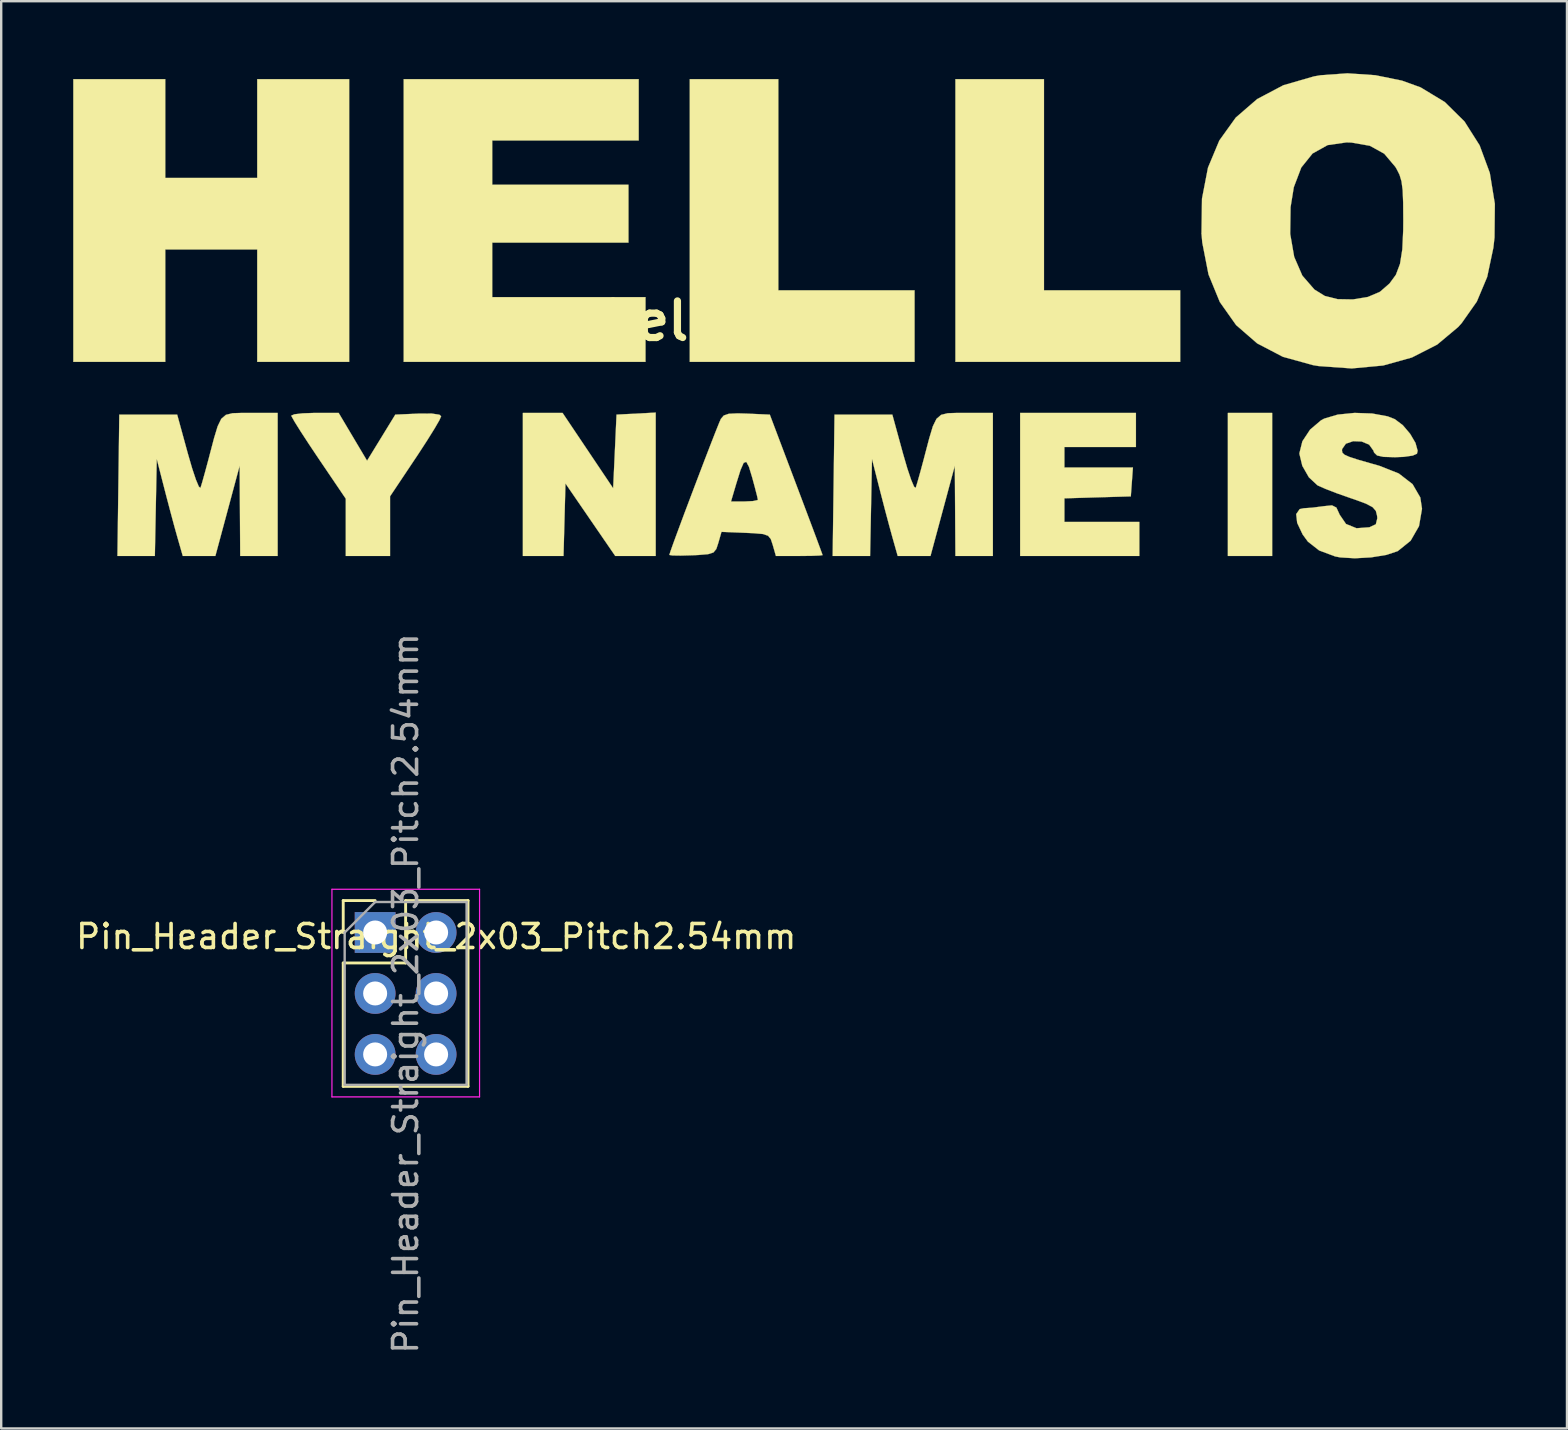
<source format=kicad_pcb>
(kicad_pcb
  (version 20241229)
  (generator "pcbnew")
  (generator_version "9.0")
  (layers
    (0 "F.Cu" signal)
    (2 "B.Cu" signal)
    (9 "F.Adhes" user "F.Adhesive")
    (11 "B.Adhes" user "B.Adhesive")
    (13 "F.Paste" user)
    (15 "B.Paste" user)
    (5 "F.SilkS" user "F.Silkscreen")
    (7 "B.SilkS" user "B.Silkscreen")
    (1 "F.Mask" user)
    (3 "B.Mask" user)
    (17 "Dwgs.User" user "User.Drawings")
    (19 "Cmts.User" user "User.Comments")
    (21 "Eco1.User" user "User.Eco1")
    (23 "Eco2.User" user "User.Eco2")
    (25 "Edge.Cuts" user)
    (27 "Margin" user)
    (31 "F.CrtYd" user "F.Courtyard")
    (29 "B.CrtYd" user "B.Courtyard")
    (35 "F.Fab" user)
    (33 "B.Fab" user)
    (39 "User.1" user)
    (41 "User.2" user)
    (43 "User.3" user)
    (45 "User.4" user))
  (footprint "hello-inv"
    (layer "F.Cu")
    (at 27.533 10.323)
    (property "Reference" "hello-inv" (at 0 0 0) (layer "F.SilkS") (effects (font (size 1.524 1.524) (thickness 0.3))))
    (attr through_hole)
    (fp_poly (pts (xy 22.42 9.791) (xy 20.575 9.791) (xy 20.575 3.831) (xy 22.42 3.831) (xy 22.42 9.791)) (stroke (width 0.01) (type solid)) (fill yes) (layer "F.SilkS"))
    (fp_poly (pts (xy 1.845 -1.277) (xy 7.521 -1.277) (xy 7.521 1.703) (xy -1.845 1.703) (xy -1.845 -10.075) (xy 1.845 -10.075) (xy 1.845 -1.277)) (stroke (width 0.01) (type solid)) (fill yes) (layer "F.SilkS"))
    (fp_poly (pts (xy 12.913 -1.277) (xy 18.589 -1.277) (xy 18.589 1.703) (xy 9.223 1.703) (xy 9.223 -10.075) (xy 12.913 -10.075) (xy 12.913 -1.277)) (stroke (width 0.01) (type solid)) (fill yes) (layer "F.SilkS"))
    (fp_poly (pts (xy -23.697 -5.96) (xy -19.866 -5.96) (xy -19.866 -10.075) (xy -16.035 -10.075) (xy -16.035 1.703) (xy -19.866 1.703) (xy -19.866 -2.98) (xy -23.697 -2.98) (xy -23.697 1.703) (xy -27.528 1.703) (xy -27.528 -10.075) (xy -23.697 -10.075) (xy -23.697 -5.96)) (stroke (width 0.01) (type solid)) (fill yes) (layer "F.SilkS"))
    (fp_poly (pts (xy -3.973 -7.521) (xy -10.075 -7.521) (xy -10.075 -5.676) (xy -4.399 -5.676) (xy -4.399 -3.264) (xy -10.075 -3.264) (xy -10.075 -0.993) (xy -3.689 -0.993) (xy -3.689 1.703) (xy -13.764 1.703) (xy -13.764 -10.075) (xy -3.973 -10.075) (xy -3.973 -7.521)) (stroke (width 0.01) (type solid)) (fill yes) (layer "F.SilkS"))
    (fp_poly (pts (xy -3.264 9.791) (xy -4.95 9.791) (xy -5.987 8.28) (xy -7.024 6.77) (xy -7.064 8.28) (xy -7.105 9.791) (xy -8.798 9.791) (xy -8.798 3.831) (xy -7.144 3.831) (xy -5.037 6.97) (xy -4.966 5.436) (xy -4.896 3.902) (xy -3.264 3.817) (xy -3.264 9.791)) (stroke (width 0.01) (type solid)) (fill yes) (layer "F.SilkS"))
    (fp_poly (pts (xy 16.744 5.25) (xy 13.764 5.25) (xy 13.764 6.102) (xy 16.619 6.102) (xy 16.531 7.308) (xy 15.148 7.348) (xy 13.764 7.389) (xy 13.764 8.372) (xy 16.886 8.372) (xy 16.886 9.791) (xy 11.92 9.791) (xy 11.92 3.831) (xy 16.744 3.831) (xy 16.744 5.25)) (stroke (width 0.01) (type solid)) (fill yes) (layer "F.SilkS"))
    (fp_poly (pts (xy -15.29 5.822) (xy -14.113 3.902) (xy -13.158 3.86) (xy -12.599 3.857) (xy -12.276 3.905) (xy -12.203 3.969) (xy -12.278 4.137) (xy -12.484 4.492) (xy -12.791 4.984) (xy -13.17 5.567) (xy -13.268 5.713) (xy -14.332 7.306) (xy -14.332 9.791) (xy -16.177 9.791) (xy -16.177 7.405) (xy -17.312 5.729) (xy -17.718 5.122) (xy -18.06 4.597) (xy -18.309 4.199) (xy -18.436 3.973) (xy -18.447 3.943) (xy -18.317 3.888) (xy -17.976 3.848) (xy -17.494 3.831) (xy -17.46 3.831) (xy -16.473 3.831) (xy -15.29 5.822)) (stroke (width 0.01) (type solid)) (fill yes) (layer "F.SilkS"))
    (fp_poly (pts (xy -20.153 3.831) (xy -19.015 3.831) (xy -19.015 9.791) (xy -20.575 9.791) (xy -20.587 7.911) (xy -20.598 6.031) (xy -21.104 7.911) (xy -21.61 9.791) (xy -22.968 9.791) (xy -23.182 9.046) (xy -23.319 8.556) (xy -23.493 7.908) (xy -23.673 7.222) (xy -23.724 7.024) (xy -24.052 5.747) (xy -24.131 9.791) (xy -25.69 9.791) (xy -25.651 6.847) (xy -25.613 3.902) (xy -23.201 3.902) (xy -22.754 5.534) (xy -22.577 6.143) (xy -22.42 6.612) (xy -22.299 6.899) (xy -22.232 6.958) (xy -22.23 6.953) (xy -22.159 6.722) (xy -22.04 6.297) (xy -21.895 5.759) (xy -21.855 5.605) (xy -21.665 4.882) (xy -21.515 4.387) (xy -21.365 4.078) (xy -21.171 3.911) (xy -20.894 3.843) (xy -20.49 3.83) (xy -20.153 3.831)) (stroke (width 0.01) (type solid)) (fill yes) (layer "F.SilkS"))
    (fp_poly (pts (xy 9.646 3.831) (xy 10.784 3.831) (xy 10.784 9.791) (xy 9.223 9.791) (xy 9.211 7.911) (xy 9.198 6.031) (xy 8.692 7.911) (xy 8.185 9.791) (xy 6.819 9.791) (xy 6.608 9.046) (xy 6.473 8.556) (xy 6.3 7.908) (xy 6.122 7.221) (xy 6.071 7.024) (xy 5.747 5.747) (xy 5.708 7.769) (xy 5.668 9.791) (xy 4.109 9.791) (xy 4.148 6.847) (xy 4.186 3.902) (xy 6.595 3.902) (xy 7.042 5.534) (xy 7.219 6.143) (xy 7.377 6.612) (xy 7.498 6.899) (xy 7.566 6.958) (xy 7.568 6.953) (xy 7.639 6.722) (xy 7.759 6.297) (xy 7.904 5.759) (xy 7.944 5.605) (xy 8.134 4.882) (xy 8.283 4.387) (xy 8.434 4.078) (xy 8.628 3.911) (xy 8.905 3.843) (xy 9.309 3.83) (xy 9.646 3.831)) (stroke (width 0.01) (type solid)) (fill yes) (layer "F.SilkS"))
    (fp_poly (pts (xy 0.54 3.86) (xy 1.49 3.902) (xy 2.589 6.811) (xy 2.909 7.66) (xy 3.193 8.415) (xy 3.426 9.037) (xy 3.592 9.487) (xy 3.68 9.727) (xy 3.689 9.756) (xy 3.559 9.773) (xy 3.219 9.786) (xy 2.739 9.791) (xy 2.717 9.791) (xy 1.744 9.791) (xy 1.612 9.33) (xy 1.532 9.089) (xy 1.419 8.949) (xy 1.201 8.876) (xy 0.81 8.842) (xy 0.479 8.827) (xy -0.523 8.786) (xy -0.657 9.253) (xy -0.739 9.501) (xy -0.858 9.645) (xy -1.083 9.716) (xy -1.488 9.75) (xy -1.743 9.762) (xy -2.221 9.775) (xy -2.563 9.77) (xy -2.696 9.748) (xy -2.696 9.748) (xy -2.648 9.594) (xy -2.516 9.223) (xy -2.317 8.684) (xy -2.072 8.024) (xy -1.882 7.521) (xy -0.127 7.521) (xy 0.433 7.521) (xy 0.786 7.504) (xy 0.98 7.463) (xy 0.993 7.448) (xy 0.958 7.283) (xy 0.866 6.926) (xy 0.755 6.517) (xy 0.62 6.074) (xy 0.509 5.869) (xy 0.4 5.912) (xy 0.269 6.212) (xy 0.093 6.776) (xy -0.127 7.521) (xy -1.882 7.521) (xy -1.796 7.292) (xy -1.509 6.536) (xy -1.23 5.803) (xy -0.975 5.142) (xy -0.764 4.602) (xy -0.614 4.229) (xy -0.549 4.08) (xy -0.429 3.939) (xy -0.217 3.866) (xy 0.159 3.849) (xy 0.54 3.86)) (stroke (width 0.01) (type solid)) (fill yes) (layer "F.SilkS"))
    (fp_poly (pts (xy 26.721 -10.239) (xy 27.827 -10.014) (xy 28.604 -9.733) (xy 29.611 -9.123) (xy 30.434 -8.311) (xy 31.063 -7.319) (xy 31.488 -6.168) (xy 31.698 -4.882) (xy 31.684 -3.481) (xy 31.636 -3.051) (xy 31.379 -1.836) (xy 30.947 -0.808) (xy 30.315 0.09) (xy 30.167 0.254) (xy 29.295 0.984) (xy 28.242 1.521) (xy 27.044 1.855) (xy 25.736 1.977) (xy 24.354 1.878) (xy 24.123 1.84) (xy 22.865 1.492) (xy 21.794 0.933) (xy 20.917 0.17) (xy 20.239 -0.79) (xy 19.768 -1.938) (xy 19.508 -3.269) (xy 19.477 -3.63) (xy 23.171 -3.63) (xy 23.338 -2.671) (xy 23.677 -1.89) (xy 24.18 -1.311) (xy 24.613 -1.043) (xy 25.145 -0.909) (xy 25.784 -0.898) (xy 26.408 -1.001) (xy 26.896 -1.208) (xy 26.931 -1.233) (xy 27.309 -1.561) (xy 27.575 -1.924) (xy 27.747 -2.38) (xy 27.843 -2.984) (xy 27.88 -3.791) (xy 27.883 -4.186) (xy 27.878 -4.927) (xy 27.857 -5.45) (xy 27.809 -5.817) (xy 27.726 -6.094) (xy 27.598 -6.346) (xy 27.55 -6.424) (xy 27.088 -6.97) (xy 26.492 -7.299) (xy 25.721 -7.434) (xy 25.514 -7.44) (xy 24.729 -7.327) (xy 24.103 -6.978) (xy 23.634 -6.394) (xy 23.322 -5.574) (xy 23.187 -4.742) (xy 23.171 -3.63) (xy 19.477 -3.63) (xy 19.476 -3.648) (xy 19.496 -5.095) (xy 19.746 -6.389) (xy 20.219 -7.52) (xy 20.905 -8.476) (xy 21.797 -9.247) (xy 22.887 -9.822) (xy 24.166 -10.191) (xy 24.438 -10.238) (xy 25.556 -10.318) (xy 26.721 -10.239)) (stroke (width 0.01) (type solid)) (fill yes) (layer "F.SilkS"))
    (fp_poly (pts (xy 26.586 3.855) (xy 27.232 3.974) (xy 27.531 4.091) (xy 27.865 4.344) (xy 28.169 4.702) (xy 28.392 5.083) (xy 28.481 5.406) (xy 28.453 5.531) (xy 28.273 5.609) (xy 27.899 5.662) (xy 27.537 5.676) (xy 27.058 5.662) (xy 26.792 5.604) (xy 26.667 5.482) (xy 26.638 5.399) (xy 26.46 5.152) (xy 26.147 5.022) (xy 25.793 5.009) (xy 25.491 5.113) (xy 25.335 5.334) (xy 25.329 5.396) (xy 25.347 5.489) (xy 25.433 5.571) (xy 25.632 5.661) (xy 25.993 5.779) (xy 26.561 5.942) (xy 26.88 6.032) (xy 27.697 6.355) (xy 28.27 6.799) (xy 28.592 7.354) (xy 28.663 7.826) (xy 28.538 8.548) (xy 28.189 9.156) (xy 27.652 9.588) (xy 27.648 9.59) (xy 27.177 9.747) (xy 26.544 9.849) (xy 25.866 9.887) (xy 25.259 9.851) (xy 25.045 9.81) (xy 24.378 9.561) (xy 23.909 9.194) (xy 23.69 8.895) (xy 23.462 8.412) (xy 23.421 8.047) (xy 23.567 7.838) (xy 23.733 7.803) (xy 24.094 7.778) (xy 24.536 7.721) (xy 24.565 7.717) (xy 24.913 7.682) (xy 25.096 7.774) (xy 25.223 8.049) (xy 25.23 8.068) (xy 25.497 8.457) (xy 25.934 8.635) (xy 26.473 8.595) (xy 26.739 8.47) (xy 26.801 8.219) (xy 26.792 8.119) (xy 26.741 7.914) (xy 26.605 7.757) (xy 26.326 7.61) (xy 25.847 7.434) (xy 25.684 7.379) (xy 25.131 7.185) (xy 24.648 6.999) (xy 24.329 6.858) (xy 24.302 6.842) (xy 23.949 6.513) (xy 23.676 6.035) (xy 23.557 5.542) (xy 23.556 5.506) (xy 23.679 5.013) (xy 24.001 4.526) (xy 24.451 4.143) (xy 24.589 4.068) (xy 25.151 3.901) (xy 25.855 3.83) (xy 26.586 3.855)) (stroke (width 0.01) (type solid)) (fill yes) (layer "F.SilkS")))
  (footprint "Pin_Header_Straight_2x03_Pitch2.54mm"
    (layer "F.Cu")
    (at 13.855 38.301)
    (property "Reference" "Pin_Header_Straight_2x03_Pitch2.54mm" (at 1.27 -2.33 0) (layer "F.SilkS") (effects (font (size 1 1) (thickness 0.15))))
    (attr through_hole)
    (fp_line (start -2.605 -3.83) (end -1.275 -3.83) (stroke (width 0.12) (type solid)) (layer "F.SilkS"))
    (fp_line (start -2.605 -2.5) (end -2.605 -3.83) (stroke (width 0.12) (type solid)) (layer "F.SilkS"))
    (fp_line (start -2.605 -1.23) (end -2.605 3.91) (stroke (width 0.12) (type solid)) (layer "F.SilkS"))
    (fp_line (start -2.605 -1.23) (end -0.005 -1.23) (stroke (width 0.12) (type solid)) (layer "F.SilkS"))
    (fp_line (start -2.605 3.91) (end 2.595 3.91) (stroke (width 0.12) (type solid)) (layer "F.SilkS"))
    (fp_line (start -0.005 -3.83) (end 2.595 -3.83) (stroke (width 0.12) (type solid)) (layer "F.SilkS"))
    (fp_line (start -0.005 -1.23) (end -0.005 -3.83) (stroke (width 0.12) (type solid)) (layer "F.SilkS"))
    (fp_line (start 2.595 -3.83) (end 2.595 3.91) (stroke (width 0.12) (type solid)) (layer "F.SilkS"))
    (fp_line (start -3.075 -4.3) (end -3.075 4.35) (stroke (width 0.05) (type solid)) (layer "F.CrtYd"))
    (fp_line (start -3.075 4.35) (end 3.075 4.35) (stroke (width 0.05) (type solid)) (layer "F.CrtYd"))
    (fp_line (start 3.075 -4.3) (end -3.075 -4.3) (stroke (width 0.05) (type solid)) (layer "F.CrtYd"))
    (fp_line (start 3.075 4.35) (end 3.075 -4.3) (stroke (width 0.05) (type solid)) (layer "F.CrtYd"))
    (fp_line (start -2.545 -2.5) (end -1.275 -3.77) (stroke (width 0.1) (type solid)) (layer "F.Fab"))
    (fp_line (start -2.545 3.85) (end -2.545 -2.5) (stroke (width 0.1) (type solid)) (layer "F.Fab"))
    (fp_line (start -1.275 -3.77) (end 2.535 -3.77) (stroke (width 0.1) (type solid)) (layer "F.Fab"))
    (fp_line (start 2.535 -3.77) (end 2.535 3.85) (stroke (width 0.1) (type solid)) (layer "F.Fab"))
    (fp_line (start 2.535 3.85) (end -2.545 3.85) (stroke (width 0.1) (type solid)) (layer "F.Fab"))
    (fp_text user "${REFERENCE}" (at -0.005 0.04 90) (layer "F.Fab") (effects (font (size 1 1) (thickness 0.15))))
    (pad "1" thru_hole rect (at -1.275 -2.5) (size 1.7 1.7) (drill 1) (layers "*.Cu" "*.Mask"))
    (pad "2" thru_hole oval (at 1.265 -2.5) (size 1.7 1.7) (drill 1) (layers "*.Cu" "*.Mask"))
    (pad "3" thru_hole oval (at -1.275 0.04) (size 1.7 1.7) (drill 1) (layers "*.Cu" "*.Mask"))
    (pad "4" thru_hole oval (at 1.265 0.04) (size 1.7 1.7) (drill 1) (layers "*.Cu" "*.Mask"))
    (pad "5" thru_hole oval (at -1.275 2.58) (size 1.7 1.7) (drill 1) (layers "*.Cu" "*.Mask"))
    (pad "6" thru_hole oval (at 1.265 2.58) (size 1.7 1.7) (drill 1) (layers "*.Cu" "*.Mask")))
  (gr_rect
    (start -3 -3)
    (end 62.236 56.466)
    (stroke (width 0.1) (type default))
    (fill no)
    (layer "Edge.Cuts")))
</source>
